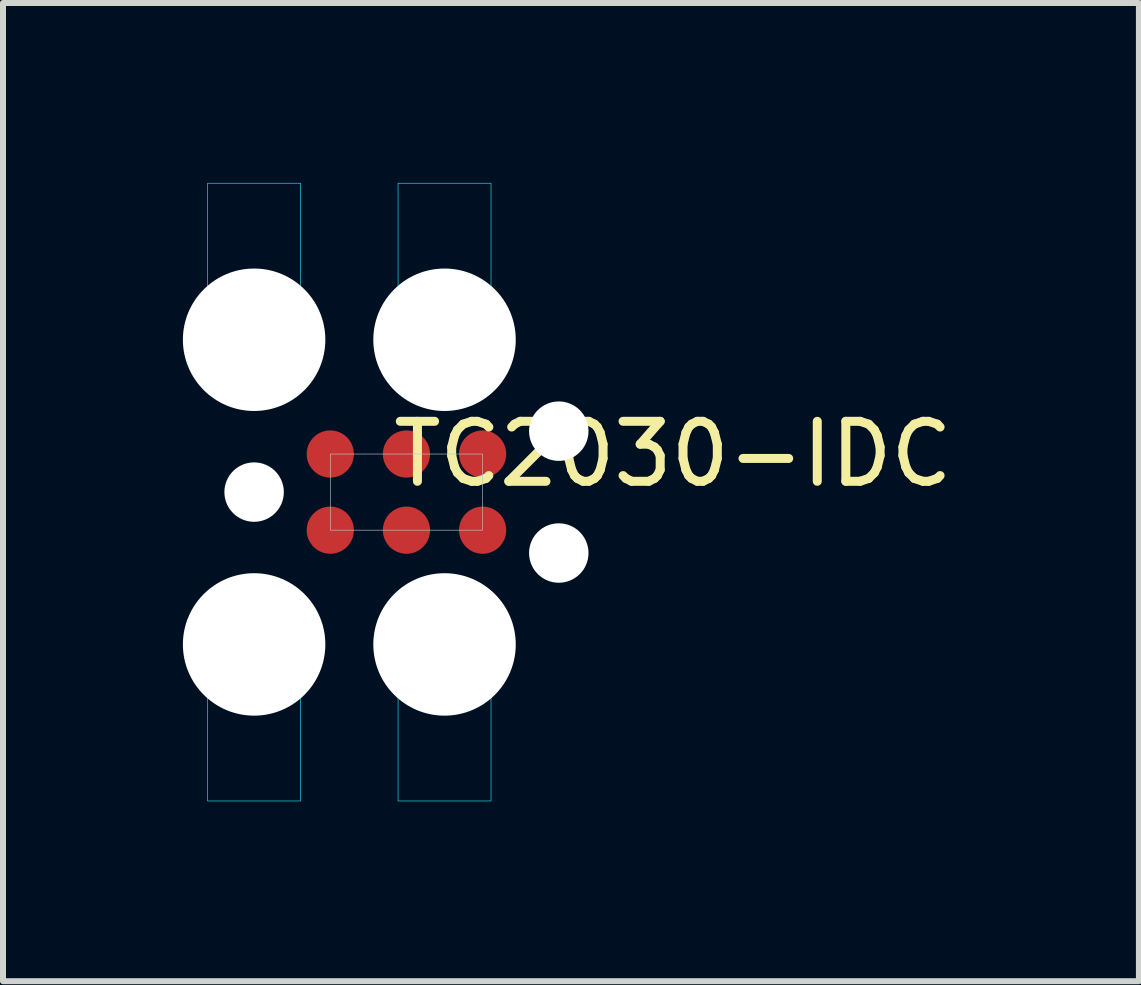
<source format=kicad_pcb>
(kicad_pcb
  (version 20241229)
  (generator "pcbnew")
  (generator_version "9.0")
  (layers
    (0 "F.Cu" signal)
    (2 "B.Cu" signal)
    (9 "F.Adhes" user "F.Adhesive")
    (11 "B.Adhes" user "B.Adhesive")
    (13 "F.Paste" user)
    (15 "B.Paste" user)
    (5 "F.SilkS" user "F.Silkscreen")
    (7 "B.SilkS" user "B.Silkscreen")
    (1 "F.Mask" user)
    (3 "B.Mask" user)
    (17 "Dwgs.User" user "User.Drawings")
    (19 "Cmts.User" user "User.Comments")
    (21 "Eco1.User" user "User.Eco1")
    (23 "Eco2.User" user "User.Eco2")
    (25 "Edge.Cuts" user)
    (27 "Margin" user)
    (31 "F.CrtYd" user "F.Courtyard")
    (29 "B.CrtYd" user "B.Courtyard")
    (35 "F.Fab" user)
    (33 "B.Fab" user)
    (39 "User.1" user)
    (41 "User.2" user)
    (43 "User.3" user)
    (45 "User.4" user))
  (footprint "TC2030-IDC"
    (layer "F.Cu")
    (at 3.727 5.155)
    (property "Reference" "TC2030-IDC" (at 4.445 -0.635 180) (layer "F.SilkS") (effects (font (size 1 1) (thickness 0.15))))
    (attr through_hole)
    (fp_poly (pts (xy -1.27 -0.635) (xy 1.27 -0.635) (xy 1.27 0.635) (xy -1.27 0.635)) (stroke (width 0.01) (type solid)) (fill no) (layer "Dwgs.User"))
    (fp_poly (pts (xy -3.315 -5.15) (xy -1.765 -5.15) (xy -1.765 -2.54) (xy -3.315 -2.54)) (stroke (width 0.01) (type solid)) (fill no) (layer "B.CrtYd"))
    (fp_poly (pts (xy -3.315 2.54) (xy -1.765 2.54) (xy -1.765 5.15) (xy -3.315 5.15)) (stroke (width 0.01) (type solid)) (fill no) (layer "B.CrtYd"))
    (fp_poly (pts (xy -0.14 -5.15) (xy 1.41 -5.15) (xy 1.41 -2.54) (xy -0.14 -2.54)) (stroke (width 0.01) (type solid)) (fill no) (layer "B.CrtYd"))
    (fp_poly (pts (xy -0.14 2.54) (xy 1.41 2.54) (xy 1.41 5.15) (xy -0.14 5.15)) (stroke (width 0.01) (type solid)) (fill no) (layer "B.CrtYd"))
    (pad "" np_thru_hole circle (at -2.54 -2.54) (size 2.375 2.375) (drill 2.375) (layers "*.Cu" "*.Mask"))
    (pad "" np_thru_hole circle (at -2.54 0) (size 0.991 0.991) (drill 0.991) (layers "*.Cu" "*.Mask"))
    (pad "" np_thru_hole circle (at -2.54 2.54) (size 2.375 2.375) (drill 2.375) (layers "*.Cu" "*.Mask"))
    (pad "" np_thru_hole circle (at 0.635 -2.54) (size 2.375 2.375) (drill 2.375) (layers "*.Cu" "*.Mask"))
    (pad "" np_thru_hole circle (at 0.635 2.54) (size 2.375 2.375) (drill 2.375) (layers "*.Cu" "*.Mask"))
    (pad "" np_thru_hole circle (at 2.54 -1.016) (size 0.991 0.991) (drill 0.991) (layers "*.Cu" "*.Mask"))
    (pad "" np_thru_hole circle (at 2.54 1.016) (size 0.991 0.991) (drill 0.991) (layers "*.Cu" "*.Mask"))
    (pad "1" smd circle (at -1.27 0.635) (size 0.787 0.787) (layers "F.Cu" "F.Mask" "F.Paste"))
    (pad "2" smd circle (at -1.27 -0.635) (size 0.787 0.787) (layers "F.Cu" "F.Mask" "F.Paste"))
    (pad "3" smd circle (at 0 0.635) (size 0.787 0.787) (layers "F.Cu" "F.Mask" "F.Paste"))
    (pad "4" smd circle (at 0 -0.635) (size 0.787 0.787) (layers "F.Cu" "F.Mask" "F.Paste"))
    (pad "5" smd circle (at 1.27 0.635) (size 0.787 0.787) (layers "F.Cu" "F.Mask" "F.Paste"))
    (pad "6" smd circle (at 1.27 -0.635) (size 0.787 0.787) (layers "F.Cu" "F.Mask" "F.Paste")))
  (gr_rect
    (start -3 -3)
    (end 15.94 13.31)
    (stroke (width 0.1) (type default))
    (fill no)
    (layer "Edge.Cuts")))
</source>
